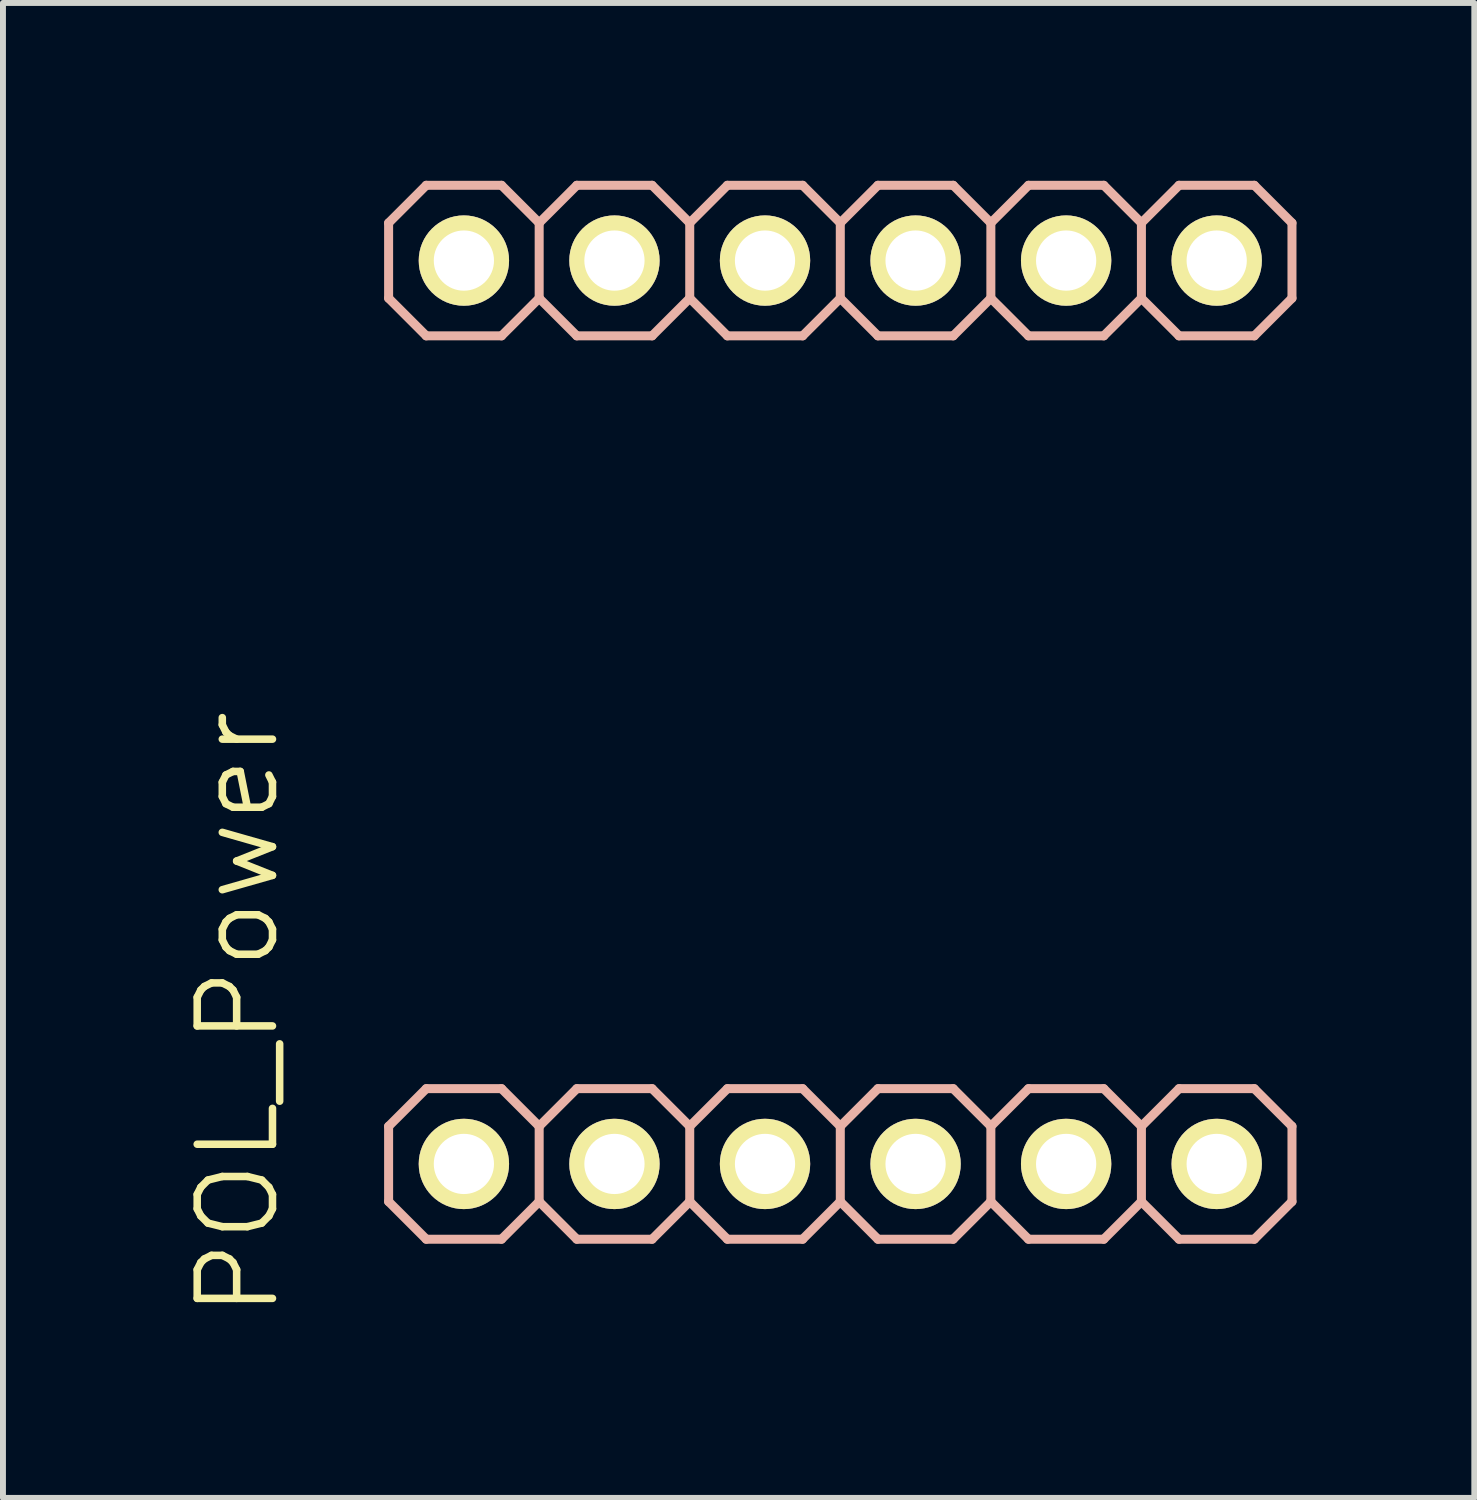
<source format=kicad_pcb>
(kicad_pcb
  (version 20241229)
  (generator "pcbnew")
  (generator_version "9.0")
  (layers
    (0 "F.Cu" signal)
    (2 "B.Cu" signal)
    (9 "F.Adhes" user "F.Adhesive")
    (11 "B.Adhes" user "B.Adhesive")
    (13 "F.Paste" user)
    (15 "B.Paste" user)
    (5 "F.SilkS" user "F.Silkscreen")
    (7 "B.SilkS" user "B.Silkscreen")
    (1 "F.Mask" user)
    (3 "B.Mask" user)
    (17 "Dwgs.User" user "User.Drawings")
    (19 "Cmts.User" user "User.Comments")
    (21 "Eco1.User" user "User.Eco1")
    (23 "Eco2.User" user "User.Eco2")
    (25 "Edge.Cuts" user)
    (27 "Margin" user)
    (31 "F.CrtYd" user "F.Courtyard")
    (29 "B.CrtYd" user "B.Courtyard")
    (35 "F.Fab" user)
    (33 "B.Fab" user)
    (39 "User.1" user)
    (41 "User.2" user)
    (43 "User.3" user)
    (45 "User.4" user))
  (footprint "POL_Power"
    (layer "F.Cu")
    (at 11.126 16.586)
    (property "Reference" "POL_Power" (at -10.16 -2.54 90) (layer "F.SilkS") (effects (font (size 1.27 1.27) (thickness 0.127))))
    (attr exclude_from_pos_files exclude_from_bom)
    (fp_line (start -6.604 -15.494) (end -6.096 -15.494) (stroke (width 0.066) (type solid)) (layer "F.SilkS"))
    (fp_line (start -6.604 -14.986) (end -6.604 -15.494) (stroke (width 0.066) (type solid)) (layer "F.SilkS"))
    (fp_line (start -6.604 -14.986) (end -6.096 -14.986) (stroke (width 0.066) (type solid)) (layer "F.SilkS"))
    (fp_line (start -6.604 -0.254) (end -6.096 -0.254) (stroke (width 0.066) (type solid)) (layer "F.SilkS"))
    (fp_line (start -6.604 0.254) (end -6.604 -0.254) (stroke (width 0.066) (type solid)) (layer "F.SilkS"))
    (fp_line (start -6.604 0.254) (end -6.096 0.254) (stroke (width 0.066) (type solid)) (layer "F.SilkS"))
    (fp_line (start -6.096 -14.986) (end -6.096 -15.494) (stroke (width 0.066) (type solid)) (layer "F.SilkS"))
    (fp_line (start -6.096 0.254) (end -6.096 -0.254) (stroke (width 0.066) (type solid)) (layer "F.SilkS"))
    (fp_line (start -4.064 -15.494) (end -3.556 -15.494) (stroke (width 0.066) (type solid)) (layer "F.SilkS"))
    (fp_line (start -4.064 -14.986) (end -4.064 -15.494) (stroke (width 0.066) (type solid)) (layer "F.SilkS"))
    (fp_line (start -4.064 -14.986) (end -3.556 -14.986) (stroke (width 0.066) (type solid)) (layer "F.SilkS"))
    (fp_line (start -4.064 -0.254) (end -3.556 -0.254) (stroke (width 0.066) (type solid)) (layer "F.SilkS"))
    (fp_line (start -4.064 0.254) (end -4.064 -0.254) (stroke (width 0.066) (type solid)) (layer "F.SilkS"))
    (fp_line (start -4.064 0.254) (end -3.556 0.254) (stroke (width 0.066) (type solid)) (layer "F.SilkS"))
    (fp_line (start -3.556 -14.986) (end -3.556 -15.494) (stroke (width 0.066) (type solid)) (layer "F.SilkS"))
    (fp_line (start -3.556 0.254) (end -3.556 -0.254) (stroke (width 0.066) (type solid)) (layer "F.SilkS"))
    (fp_line (start -1.524 -15.494) (end -1.016 -15.494) (stroke (width 0.066) (type solid)) (layer "F.SilkS"))
    (fp_line (start -1.524 -14.986) (end -1.524 -15.494) (stroke (width 0.066) (type solid)) (layer "F.SilkS"))
    (fp_line (start -1.524 -14.986) (end -1.016 -14.986) (stroke (width 0.066) (type solid)) (layer "F.SilkS"))
    (fp_line (start -1.524 -0.254) (end -1.016 -0.254) (stroke (width 0.066) (type solid)) (layer "F.SilkS"))
    (fp_line (start -1.524 0.254) (end -1.524 -0.254) (stroke (width 0.066) (type solid)) (layer "F.SilkS"))
    (fp_line (start -1.524 0.254) (end -1.016 0.254) (stroke (width 0.066) (type solid)) (layer "F.SilkS"))
    (fp_line (start -1.016 -14.986) (end -1.016 -15.494) (stroke (width 0.066) (type solid)) (layer "F.SilkS"))
    (fp_line (start -1.016 0.254) (end -1.016 -0.254) (stroke (width 0.066) (type solid)) (layer "F.SilkS"))
    (fp_line (start 1.016 -15.494) (end 1.524 -15.494) (stroke (width 0.066) (type solid)) (layer "F.SilkS"))
    (fp_line (start 1.016 -14.986) (end 1.016 -15.494) (stroke (width 0.066) (type solid)) (layer "F.SilkS"))
    (fp_line (start 1.016 -14.986) (end 1.524 -14.986) (stroke (width 0.066) (type solid)) (layer "F.SilkS"))
    (fp_line (start 1.016 -0.254) (end 1.524 -0.254) (stroke (width 0.066) (type solid)) (layer "F.SilkS"))
    (fp_line (start 1.016 0.254) (end 1.016 -0.254) (stroke (width 0.066) (type solid)) (layer "F.SilkS"))
    (fp_line (start 1.016 0.254) (end 1.524 0.254) (stroke (width 0.066) (type solid)) (layer "F.SilkS"))
    (fp_line (start 1.524 -14.986) (end 1.524 -15.494) (stroke (width 0.066) (type solid)) (layer "F.SilkS"))
    (fp_line (start 1.524 0.254) (end 1.524 -0.254) (stroke (width 0.066) (type solid)) (layer "F.SilkS"))
    (fp_line (start 3.556 -15.494) (end 4.064 -15.494) (stroke (width 0.066) (type solid)) (layer "F.SilkS"))
    (fp_line (start 3.556 -14.986) (end 3.556 -15.494) (stroke (width 0.066) (type solid)) (layer "F.SilkS"))
    (fp_line (start 3.556 -14.986) (end 4.064 -14.986) (stroke (width 0.066) (type solid)) (layer "F.SilkS"))
    (fp_line (start 3.556 -0.254) (end 4.064 -0.254) (stroke (width 0.066) (type solid)) (layer "F.SilkS"))
    (fp_line (start 3.556 0.254) (end 3.556 -0.254) (stroke (width 0.066) (type solid)) (layer "F.SilkS"))
    (fp_line (start 3.556 0.254) (end 4.064 0.254) (stroke (width 0.066) (type solid)) (layer "F.SilkS"))
    (fp_line (start 4.064 -14.986) (end 4.064 -15.494) (stroke (width 0.066) (type solid)) (layer "F.SilkS"))
    (fp_line (start 4.064 0.254) (end 4.064 -0.254) (stroke (width 0.066) (type solid)) (layer "F.SilkS"))
    (fp_line (start 6.096 -15.494) (end 6.604 -15.494) (stroke (width 0.066) (type solid)) (layer "F.SilkS"))
    (fp_line (start 6.096 -14.986) (end 6.096 -15.494) (stroke (width 0.066) (type solid)) (layer "F.SilkS"))
    (fp_line (start 6.096 -14.986) (end 6.604 -14.986) (stroke (width 0.066) (type solid)) (layer "F.SilkS"))
    (fp_line (start 6.096 -0.254) (end 6.604 -0.254) (stroke (width 0.066) (type solid)) (layer "F.SilkS"))
    (fp_line (start 6.096 0.254) (end 6.096 -0.254) (stroke (width 0.066) (type solid)) (layer "F.SilkS"))
    (fp_line (start 6.096 0.254) (end 6.604 0.254) (stroke (width 0.066) (type solid)) (layer "F.SilkS"))
    (fp_line (start 6.604 -14.986) (end 6.604 -15.494) (stroke (width 0.066) (type solid)) (layer "F.SilkS"))
    (fp_line (start 6.604 0.254) (end 6.604 -0.254) (stroke (width 0.066) (type solid)) (layer "F.SilkS"))
    (fp_line (start -7.62 -15.875) (end -7.62 -14.605) (stroke (width 0.152) (type solid)) (layer "B.SilkS"))
    (fp_line (start -7.62 -14.605) (end -6.985 -13.97) (stroke (width 0.152) (type solid)) (layer "B.SilkS"))
    (fp_line (start -7.62 -0.635) (end -7.62 0.635) (stroke (width 0.152) (type solid)) (layer "B.SilkS"))
    (fp_line (start -7.62 0.635) (end -6.985 1.27) (stroke (width 0.152) (type solid)) (layer "B.SilkS"))
    (fp_line (start -6.985 -16.51) (end -7.62 -15.875) (stroke (width 0.152) (type solid)) (layer "B.SilkS"))
    (fp_line (start -6.985 -16.51) (end -5.715 -16.51) (stroke (width 0.152) (type solid)) (layer "B.SilkS"))
    (fp_line (start -6.985 -1.27) (end -7.62 -0.635) (stroke (width 0.152) (type solid)) (layer "B.SilkS"))
    (fp_line (start -6.985 -1.27) (end -5.715 -1.27) (stroke (width 0.152) (type solid)) (layer "B.SilkS"))
    (fp_line (start -5.715 -16.51) (end -5.08 -15.875) (stroke (width 0.152) (type solid)) (layer "B.SilkS"))
    (fp_line (start -5.715 -13.97) (end -6.985 -13.97) (stroke (width 0.152) (type solid)) (layer "B.SilkS"))
    (fp_line (start -5.715 -1.27) (end -5.08 -0.635) (stroke (width 0.152) (type solid)) (layer "B.SilkS"))
    (fp_line (start -5.715 1.27) (end -6.985 1.27) (stroke (width 0.152) (type solid)) (layer "B.SilkS"))
    (fp_line (start -5.08 -15.875) (end -5.08 -14.605) (stroke (width 0.152) (type solid)) (layer "B.SilkS"))
    (fp_line (start -5.08 -15.875) (end -4.445 -16.51) (stroke (width 0.152) (type solid)) (layer "B.SilkS"))
    (fp_line (start -5.08 -14.605) (end -5.715 -13.97) (stroke (width 0.152) (type solid)) (layer "B.SilkS"))
    (fp_line (start -5.08 -0.635) (end -5.08 0.635) (stroke (width 0.152) (type solid)) (layer "B.SilkS"))
    (fp_line (start -5.08 -0.635) (end -4.445 -1.27) (stroke (width 0.152) (type solid)) (layer "B.SilkS"))
    (fp_line (start -5.08 0.635) (end -5.715 1.27) (stroke (width 0.152) (type solid)) (layer "B.SilkS"))
    (fp_line (start -4.445 -16.51) (end -3.175 -16.51) (stroke (width 0.152) (type solid)) (layer "B.SilkS"))
    (fp_line (start -4.445 -13.97) (end -5.08 -14.605) (stroke (width 0.152) (type solid)) (layer "B.SilkS"))
    (fp_line (start -4.445 -1.27) (end -3.175 -1.27) (stroke (width 0.152) (type solid)) (layer "B.SilkS"))
    (fp_line (start -4.445 1.27) (end -5.08 0.635) (stroke (width 0.152) (type solid)) (layer "B.SilkS"))
    (fp_line (start -3.175 -16.51) (end -2.54 -15.875) (stroke (width 0.152) (type solid)) (layer "B.SilkS"))
    (fp_line (start -3.175 -13.97) (end -4.445 -13.97) (stroke (width 0.152) (type solid)) (layer "B.SilkS"))
    (fp_line (start -3.175 -1.27) (end -2.54 -0.635) (stroke (width 0.152) (type solid)) (layer "B.SilkS"))
    (fp_line (start -3.175 1.27) (end -4.445 1.27) (stroke (width 0.152) (type solid)) (layer "B.SilkS"))
    (fp_line (start -2.54 -15.875) (end -2.54 -14.605) (stroke (width 0.152) (type solid)) (layer "B.SilkS"))
    (fp_line (start -2.54 -15.875) (end -1.905 -16.51) (stroke (width 0.152) (type solid)) (layer "B.SilkS"))
    (fp_line (start -2.54 -14.605) (end -3.175 -13.97) (stroke (width 0.152) (type solid)) (layer "B.SilkS"))
    (fp_line (start -2.54 -0.635) (end -2.54 0.635) (stroke (width 0.152) (type solid)) (layer "B.SilkS"))
    (fp_line (start -2.54 -0.635) (end -1.905 -1.27) (stroke (width 0.152) (type solid)) (layer "B.SilkS"))
    (fp_line (start -2.54 0.635) (end -3.175 1.27) (stroke (width 0.152) (type solid)) (layer "B.SilkS"))
    (fp_line (start -1.905 -16.51) (end -0.635 -16.51) (stroke (width 0.152) (type solid)) (layer "B.SilkS"))
    (fp_line (start -1.905 -13.97) (end -2.54 -14.605) (stroke (width 0.152) (type solid)) (layer "B.SilkS"))
    (fp_line (start -1.905 -1.27) (end -0.635 -1.27) (stroke (width 0.152) (type solid)) (layer "B.SilkS"))
    (fp_line (start -1.905 1.27) (end -2.54 0.635) (stroke (width 0.152) (type solid)) (layer "B.SilkS"))
    (fp_line (start -0.635 -16.51) (end 0 -15.875) (stroke (width 0.152) (type solid)) (layer "B.SilkS"))
    (fp_line (start -0.635 -13.97) (end -1.905 -13.97) (stroke (width 0.152) (type solid)) (layer "B.SilkS"))
    (fp_line (start -0.635 -1.27) (end 0 -0.635) (stroke (width 0.152) (type solid)) (layer "B.SilkS"))
    (fp_line (start -0.635 1.27) (end -1.905 1.27) (stroke (width 0.152) (type solid)) (layer "B.SilkS"))
    (fp_line (start 0 -15.875) (end 0 -14.605) (stroke (width 0.152) (type solid)) (layer "B.SilkS"))
    (fp_line (start 0 -14.605) (end -0.635 -13.97) (stroke (width 0.152) (type solid)) (layer "B.SilkS"))
    (fp_line (start 0 -14.605) (end 0.635 -13.97) (stroke (width 0.152) (type solid)) (layer "B.SilkS"))
    (fp_line (start 0 -0.635) (end 0 0.635) (stroke (width 0.152) (type solid)) (layer "B.SilkS"))
    (fp_line (start 0 0.635) (end -0.635 1.27) (stroke (width 0.152) (type solid)) (layer "B.SilkS"))
    (fp_line (start 0 0.635) (end 0.635 1.27) (stroke (width 0.152) (type solid)) (layer "B.SilkS"))
    (fp_line (start 0.635 -16.51) (end 0 -15.875) (stroke (width 0.152) (type solid)) (layer "B.SilkS"))
    (fp_line (start 0.635 -16.51) (end 1.905 -16.51) (stroke (width 0.152) (type solid)) (layer "B.SilkS"))
    (fp_line (start 0.635 -1.27) (end 0 -0.635) (stroke (width 0.152) (type solid)) (layer "B.SilkS"))
    (fp_line (start 0.635 -1.27) (end 1.905 -1.27) (stroke (width 0.152) (type solid)) (layer "B.SilkS"))
    (fp_line (start 1.905 -16.51) (end 2.54 -15.875) (stroke (width 0.152) (type solid)) (layer "B.SilkS"))
    (fp_line (start 1.905 -13.97) (end 0.635 -13.97) (stroke (width 0.152) (type solid)) (layer "B.SilkS"))
    (fp_line (start 1.905 -1.27) (end 2.54 -0.635) (stroke (width 0.152) (type solid)) (layer "B.SilkS"))
    (fp_line (start 1.905 1.27) (end 0.635 1.27) (stroke (width 0.152) (type solid)) (layer "B.SilkS"))
    (fp_line (start 2.54 -15.875) (end 2.54 -14.605) (stroke (width 0.152) (type solid)) (layer "B.SilkS"))
    (fp_line (start 2.54 -15.875) (end 3.175 -16.51) (stroke (width 0.152) (type solid)) (layer "B.SilkS"))
    (fp_line (start 2.54 -14.605) (end 1.905 -13.97) (stroke (width 0.152) (type solid)) (layer "B.SilkS"))
    (fp_line (start 2.54 -0.635) (end 2.54 0.635) (stroke (width 0.152) (type solid)) (layer "B.SilkS"))
    (fp_line (start 2.54 -0.635) (end 3.175 -1.27) (stroke (width 0.152) (type solid)) (layer "B.SilkS"))
    (fp_line (start 2.54 0.635) (end 1.905 1.27) (stroke (width 0.152) (type solid)) (layer "B.SilkS"))
    (fp_line (start 3.175 -16.51) (end 4.445 -16.51) (stroke (width 0.152) (type solid)) (layer "B.SilkS"))
    (fp_line (start 3.175 -13.97) (end 2.54 -14.605) (stroke (width 0.152) (type solid)) (layer "B.SilkS"))
    (fp_line (start 3.175 -1.27) (end 4.445 -1.27) (stroke (width 0.152) (type solid)) (layer "B.SilkS"))
    (fp_line (start 3.175 1.27) (end 2.54 0.635) (stroke (width 0.152) (type solid)) (layer "B.SilkS"))
    (fp_line (start 4.445 -16.51) (end 5.08 -15.875) (stroke (width 0.152) (type solid)) (layer "B.SilkS"))
    (fp_line (start 4.445 -13.97) (end 3.175 -13.97) (stroke (width 0.152) (type solid)) (layer "B.SilkS"))
    (fp_line (start 4.445 -1.27) (end 5.08 -0.635) (stroke (width 0.152) (type solid)) (layer "B.SilkS"))
    (fp_line (start 4.445 1.27) (end 3.175 1.27) (stroke (width 0.152) (type solid)) (layer "B.SilkS"))
    (fp_line (start 5.08 -15.875) (end 5.08 -14.605) (stroke (width 0.152) (type solid)) (layer "B.SilkS"))
    (fp_line (start 5.08 -14.605) (end 4.445 -13.97) (stroke (width 0.152) (type solid)) (layer "B.SilkS"))
    (fp_line (start 5.08 -14.605) (end 5.715 -13.97) (stroke (width 0.152) (type solid)) (layer "B.SilkS"))
    (fp_line (start 5.08 -0.635) (end 5.08 0.635) (stroke (width 0.152) (type solid)) (layer "B.SilkS"))
    (fp_line (start 5.08 0.635) (end 4.445 1.27) (stroke (width 0.152) (type solid)) (layer "B.SilkS"))
    (fp_line (start 5.08 0.635) (end 5.715 1.27) (stroke (width 0.152) (type solid)) (layer "B.SilkS"))
    (fp_line (start 5.715 -16.51) (end 5.08 -15.875) (stroke (width 0.152) (type solid)) (layer "B.SilkS"))
    (fp_line (start 5.715 -16.51) (end 6.985 -16.51) (stroke (width 0.152) (type solid)) (layer "B.SilkS"))
    (fp_line (start 5.715 -1.27) (end 5.08 -0.635) (stroke (width 0.152) (type solid)) (layer "B.SilkS"))
    (fp_line (start 5.715 -1.27) (end 6.985 -1.27) (stroke (width 0.152) (type solid)) (layer "B.SilkS"))
    (fp_line (start 6.985 -16.51) (end 7.62 -15.875) (stroke (width 0.152) (type solid)) (layer "B.SilkS"))
    (fp_line (start 6.985 -13.97) (end 5.715 -13.97) (stroke (width 0.152) (type solid)) (layer "B.SilkS"))
    (fp_line (start 6.985 -1.27) (end 7.62 -0.635) (stroke (width 0.152) (type solid)) (layer "B.SilkS"))
    (fp_line (start 6.985 1.27) (end 5.715 1.27) (stroke (width 0.152) (type solid)) (layer "B.SilkS"))
    (fp_line (start 7.62 -15.875) (end 7.62 -14.605) (stroke (width 0.152) (type solid)) (layer "B.SilkS"))
    (fp_line (start 7.62 -14.605) (end 6.985 -13.97) (stroke (width 0.152) (type solid)) (layer "B.SilkS"))
    (fp_line (start 7.62 -0.635) (end 7.62 0.635) (stroke (width 0.152) (type solid)) (layer "B.SilkS"))
    (fp_line (start 7.62 0.635) (end 6.985 1.27) (stroke (width 0.152) (type solid)) (layer "B.SilkS"))
    (pad "1" thru_hole circle (at -6.35 0) (size 1.524 1.524) (drill 1.016) (layers "*.Cu" "F.Mask" "F.SilkS" "F.Paste"))
    (pad "2" thru_hole circle (at -3.81 0) (size 1.524 1.524) (drill 1.016) (layers "*.Cu" "F.Mask" "F.SilkS" "F.Paste"))
    (pad "3" thru_hole circle (at -1.27 0) (size 1.524 1.524) (drill 1.016) (layers "*.Cu" "F.Mask" "F.SilkS" "F.Paste"))
    (pad "4" thru_hole circle (at 1.27 0) (size 1.524 1.524) (drill 1.016) (layers "*.Cu" "F.Mask" "F.SilkS" "F.Paste"))
    (pad "5" thru_hole circle (at 3.81 0) (size 1.524 1.524) (drill 1.016) (layers "*.Cu" "F.Mask" "F.SilkS" "F.Paste"))
    (pad "6" thru_hole circle (at 6.35 0) (size 1.524 1.524) (drill 1.016) (layers "*.Cu" "F.Mask" "F.SilkS" "F.Paste"))
    (pad "7" thru_hole circle (at 6.35 -15.24) (size 1.524 1.524) (drill 1.016) (layers "*.Cu" "F.Mask" "F.SilkS" "F.Paste"))
    (pad "8" thru_hole circle (at 3.81 -15.24) (size 1.524 1.524) (drill 1.016) (layers "*.Cu" "F.Mask" "F.SilkS" "F.Paste"))
    (pad "9" thru_hole circle (at 1.27 -15.24) (size 1.524 1.524) (drill 1.016) (layers "*.Cu" "F.Mask" "F.SilkS" "F.Paste"))
    (pad "10" thru_hole circle (at -1.27 -15.24) (size 1.524 1.524) (drill 1.016) (layers "*.Cu" "F.Mask" "F.SilkS" "F.Paste"))
    (pad "11" thru_hole circle (at -3.81 -15.24) (size 1.524 1.524) (drill 1.016) (layers "*.Cu" "F.Mask" "F.SilkS" "F.Paste"))
    (pad "12" thru_hole circle (at -6.35 -15.24) (size 1.524 1.524) (drill 1.016) (layers "*.Cu" "F.Mask" "F.SilkS" "F.Paste")))
  (gr_rect
    (start -3 -3)
    (end 21.822 22.22)
    (stroke (width 0.1) (type default))
    (fill no)
    (layer "Edge.Cuts")))
</source>
